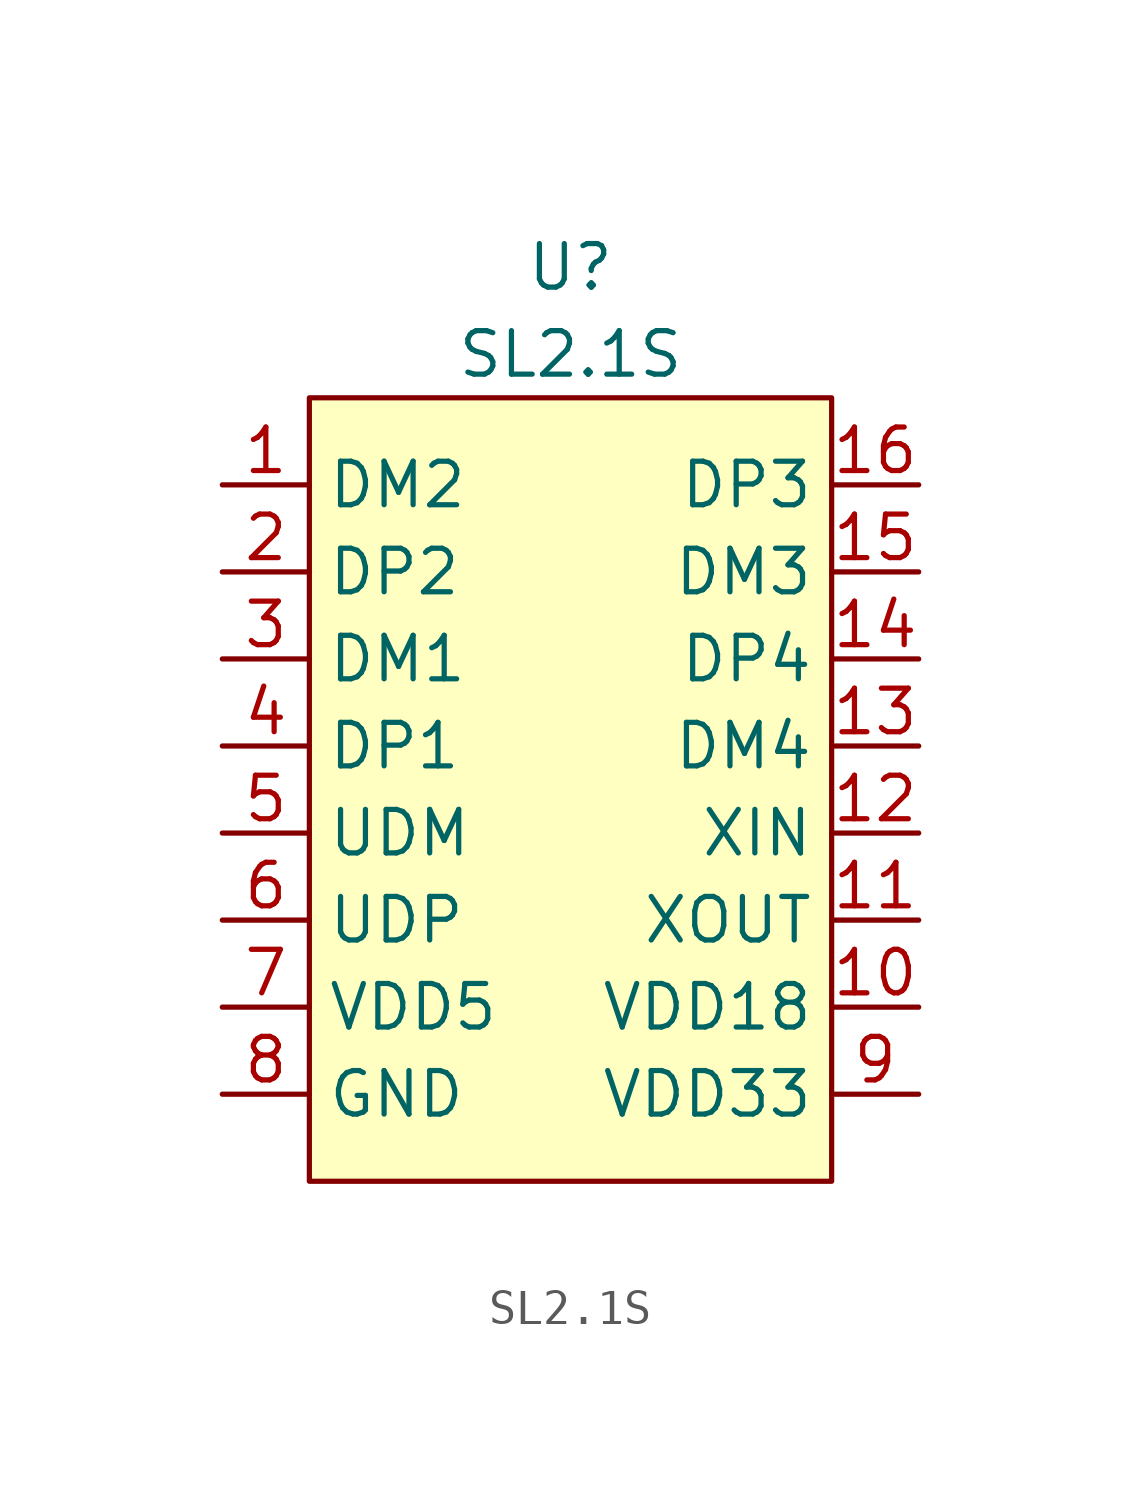
<source format=kicad_sym>
(kicad_symbol_lib
  (version 20210619)
  (generator kicad_symbol_editor)
  (symbol "bing-hub:SL2.1S"
    (property "Reference" "U"
      (at 6.35 -1.27 0)
      (effects (font (size 1.27 1.27))))
    (property "Value" "SL2.1S"
      (at 6.35 -3.81 0)
      (effects (font (size 1.27 1.27))))
    (symbol "SL2.1S_0_1"
      (rectangle (start -1.27 -5.08) (end 13.97 -27.94) (stroke (width 0.152)) (fill (type background))))
    (symbol "SL2.1S_1_1"
      (pin bidirectional line (at -3.81 -7.62 0) (length 2.54) (name "DM2" (effects (font (size 1.27 1.27)))) (number "1" (effects (font (size 1.27 1.27)))))
      (pin power_out line (at 16.51 -22.86 180) (length 2.54) (name "VDD18" (effects (font (size 1.27 1.27)))) (number "10" (effects (font (size 1.27 1.27)))))
      (pin output line (at 16.51 -20.32 180) (length 2.54) (name "XOUT" (effects (font (size 1.27 1.27)))) (number "11" (effects (font (size 1.27 1.27)))))
      (pin input line (at 16.51 -17.78 180) (length 2.54) (name "XIN" (effects (font (size 1.27 1.27)))) (number "12" (effects (font (size 1.27 1.27)))))
      (pin bidirectional line (at 16.51 -15.24 180) (length 2.54) (name "DM4" (effects (font (size 1.27 1.27)))) (number "13" (effects (font (size 1.27 1.27)))))
      (pin bidirectional line (at 16.51 -12.7 180) (length 2.54) (name "DP4" (effects (font (size 1.27 1.27)))) (number "14" (effects (font (size 1.27 1.27)))))
      (pin bidirectional line (at 16.51 -10.16 180) (length 2.54) (name "DM3" (effects (font (size 1.27 1.27)))) (number "15" (effects (font (size 1.27 1.27)))))
      (pin bidirectional line (at 16.51 -7.62 180) (length 2.54) (name "DP3" (effects (font (size 1.27 1.27)))) (number "16" (effects (font (size 1.27 1.27)))))
      (pin bidirectional line (at -3.81 -10.16 0) (length 2.54) (name "DP2" (effects (font (size 1.27 1.27)))) (number "2" (effects (font (size 1.27 1.27)))))
      (pin bidirectional line (at -3.81 -12.7 0) (length 2.54) (name "DM1" (effects (font (size 1.27 1.27)))) (number "3" (effects (font (size 1.27 1.27)))))
      (pin bidirectional line (at -3.81 -15.24 0) (length 2.54) (name "DP1" (effects (font (size 1.27 1.27)))) (number "4" (effects (font (size 1.27 1.27)))))
      (pin bidirectional line (at -3.81 -17.78 0) (length 2.54) (name "UDM" (effects (font (size 1.27 1.27)))) (number "5" (effects (font (size 1.27 1.27)))))
      (pin bidirectional line (at -3.81 -20.32 0) (length 2.54) (name "UDP" (effects (font (size 1.27 1.27)))) (number "6" (effects (font (size 1.27 1.27)))))
      (pin power_out line (at -3.81 -22.86 0) (length 2.54) (name "VDD5" (effects (font (size 1.27 1.27)))) (number "7" (effects (font (size 1.27 1.27)))))
      (pin power_in line (at -3.81 -25.4 0) (length 2.54) (name "GND" (effects (font (size 1.27 1.27)))) (number "8" (effects (font (size 1.27 1.27)))))
      (pin power_out line (at 16.51 -25.4 180) (length 2.54) (name "VDD33" (effects (font (size 1.27 1.27)))) (number "9" (effects (font (size 1.27 1.27))))))))
</source>
